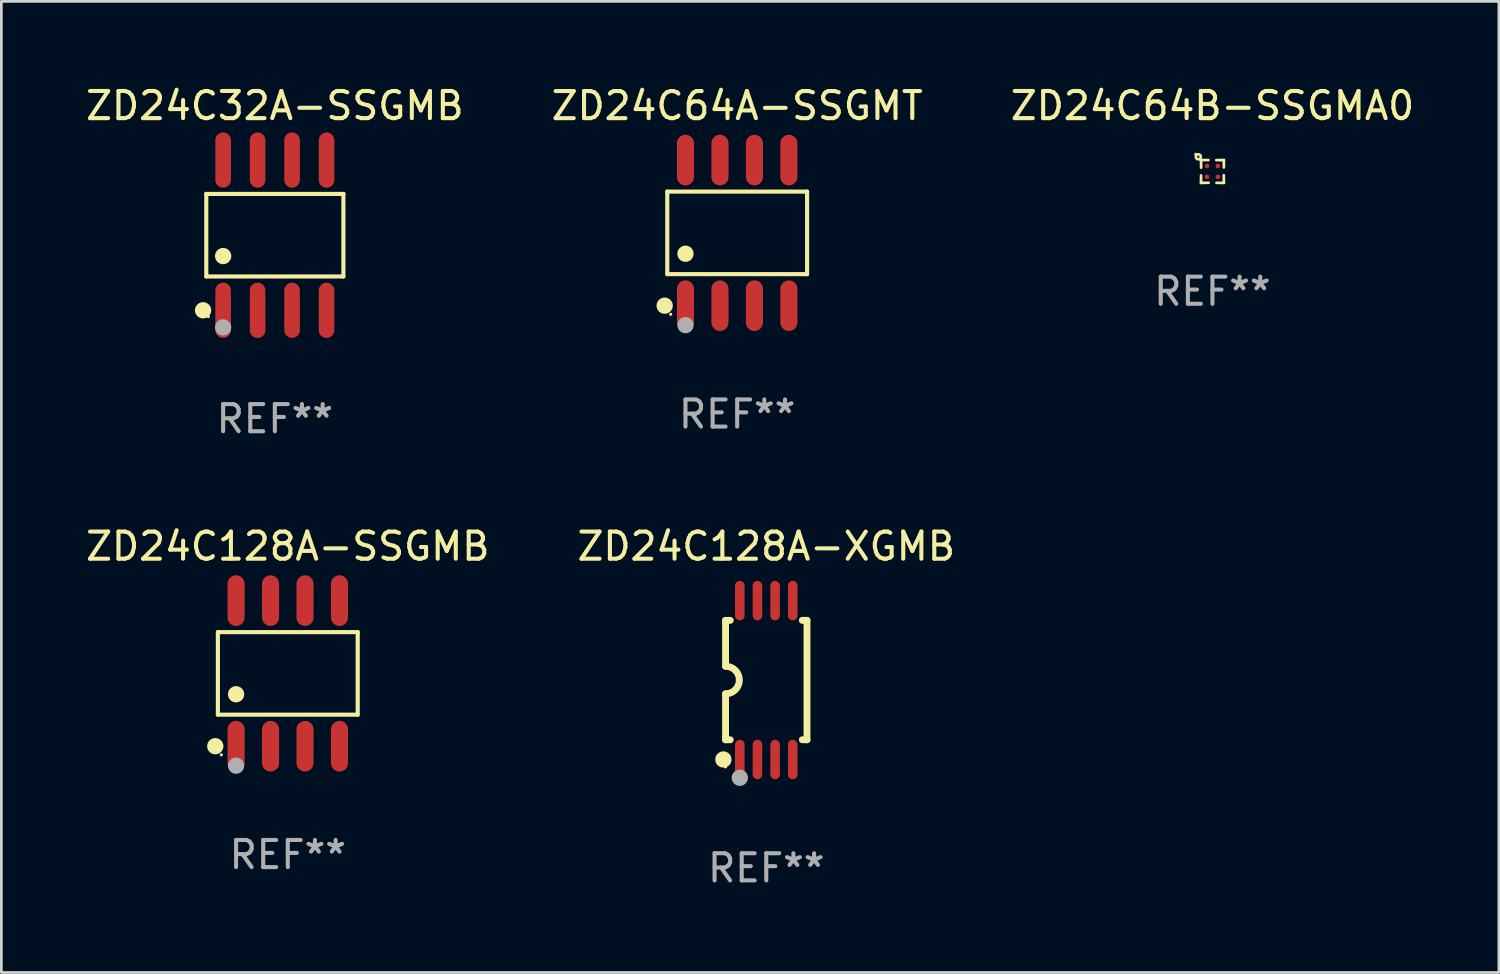
<source format=kicad_pcb>
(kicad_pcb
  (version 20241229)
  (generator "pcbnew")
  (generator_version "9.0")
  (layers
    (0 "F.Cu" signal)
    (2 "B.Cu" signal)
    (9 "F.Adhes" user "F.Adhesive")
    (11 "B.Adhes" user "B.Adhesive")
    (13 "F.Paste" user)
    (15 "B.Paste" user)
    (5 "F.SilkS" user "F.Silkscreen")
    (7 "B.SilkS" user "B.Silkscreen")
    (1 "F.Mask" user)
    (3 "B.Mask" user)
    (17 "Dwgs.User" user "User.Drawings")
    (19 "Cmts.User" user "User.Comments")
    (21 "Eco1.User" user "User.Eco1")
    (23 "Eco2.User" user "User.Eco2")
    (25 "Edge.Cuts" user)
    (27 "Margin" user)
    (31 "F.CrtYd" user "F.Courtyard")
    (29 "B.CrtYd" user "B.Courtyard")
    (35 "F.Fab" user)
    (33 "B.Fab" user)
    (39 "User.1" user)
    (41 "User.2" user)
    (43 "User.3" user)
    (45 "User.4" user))
  (footprint "ZD24C64B-SSGMA0"
    (layer "F.Cu")
    (at 41.625 3.268)
    (property "Reference" "ZD24C64B-SSGMA0" (at 0 -2.42 0) (layer "F.SilkS") (effects (font (size 1 1) (thickness 0.15))))
    (attr through_hole)
    (fp_line (start -0.42 0.148) (end -0.42 0.42) (stroke (width 0.1) (type solid)) (layer "F.SilkS"))
    (fp_line (start -0.42 0.42) (end -0.42 0.42) (stroke (width 0.1) (type solid)) (layer "F.SilkS"))
    (fp_line (start -0.42 0.42) (end -0.141 0.417) (stroke (width 0.1) (type solid)) (layer "F.SilkS"))
    (fp_line (start -0.42 -0.42) (end -0.42 -0.42) (stroke (width 0.1) (type solid)) (layer "F.SilkS"))
    (fp_line (start -0.42 -0.42) (end -0.417 -0.141) (stroke (width 0.1) (type solid)) (layer "F.SilkS"))
    (fp_line (start -0.148 -0.42) (end -0.42 -0.42) (stroke (width 0.1) (type solid)) (layer "F.SilkS"))
    (fp_line (start 0.148 0.42) (end 0.42 0.42) (stroke (width 0.1) (type solid)) (layer "F.SilkS"))
    (fp_line (start 0.42 0.42) (end 0.417 0.141) (stroke (width 0.1) (type solid)) (layer "F.SilkS"))
    (fp_line (start 0.42 0.42) (end 0.42 0.42) (stroke (width 0.1) (type solid)) (layer "F.SilkS"))
    (fp_line (start 0.42 -0.42) (end 0.141 -0.417) (stroke (width 0.1) (type solid)) (layer "F.SilkS"))
    (fp_line (start 0.42 -0.42) (end 0.42 -0.42) (stroke (width 0.1) (type solid)) (layer "F.SilkS"))
    (fp_line (start 0.42 -0.148) (end 0.42 -0.42) (stroke (width 0.1) (type solid)) (layer "F.SilkS"))
    (fp_circle (center -0.612 -0.632) (end -0.582 -0.632) (stroke (width 0.06) (type solid)) (fill no) (layer "F.SilkS"))
    (fp_circle (center -0.52 -0.54) (end -0.478 -0.54) (stroke (width 0.1) (type solid)) (fill no) (layer "F.SilkS"))
    (fp_text user "REF**" (at 0 4.42 0) (layer "F.Fab") (effects (font (size 1 1) (thickness 0.15))))
    (pad "A1" smd circle (at -0.2 -0.2) (size 0.17 0.17) (layers "F.Cu" "F.Mask" "F.Paste"))
    (pad "A2" smd circle (at 0.2 -0.2) (size 0.17 0.17) (layers "F.Cu" "F.Mask" "F.Paste"))
    (pad "B1" smd circle (at -0.2 0.2) (size 0.17 0.17) (layers "F.Cu" "F.Mask" "F.Paste"))
    (pad "B2" smd circle (at 0.2 0.2) (size 0.17 0.17) (layers "F.Cu" "F.Mask" "F.Paste")))
  (footprint "ZD24C32A-SSGMB"
    (layer "F.Cu")
    (at 7.077 5.616)
    (property "Reference" "ZD24C32A-SSGMB" (at 0 -4.768 0) (layer "F.SilkS") (effects (font (size 1 1) (thickness 0.15))))
    (attr through_hole)
    (fp_line (start -2.526 -1.521) (end 2.526 -1.521) (stroke (width 0.152) (type solid)) (layer "F.SilkS"))
    (fp_line (start -2.526 1.521) (end -2.526 -1.521) (stroke (width 0.152) (type solid)) (layer "F.SilkS"))
    (fp_line (start 2.526 -1.521) (end 2.526 1.521) (stroke (width 0.152) (type solid)) (layer "F.SilkS"))
    (fp_line (start 2.526 1.521) (end -2.526 1.521) (stroke (width 0.152) (type solid)) (layer "F.SilkS"))
    (fp_circle (center -2.644 2.768) (end -2.494 2.768) (stroke (width 0.3) (type solid)) (fill no) (layer "F.SilkS"))
    (fp_circle (center -2.45 2.998) (end -2.42 2.998) (stroke (width 0.06) (type solid)) (fill no) (layer "F.SilkS"))
    (fp_circle (center -1.905 0.769) (end -1.755 0.769) (stroke (width 0.3) (type solid)) (fill no) (layer "F.SilkS"))
    (fp_circle (center -1.905 3.398) (end -1.755 3.398) (stroke (width 0.3) (type solid)) (fill no) (layer "F.Fab"))
    (fp_text user "REF**" (at 0 6.768 0) (layer "F.Fab") (effects (font (size 1 1) (thickness 0.15))))
    (pad "1" smd oval (at -1.905 2.768) (size 0.574 2.036) (layers "F.Cu" "F.Mask" "F.Paste"))
    (pad "2" smd oval (at -0.635 2.768) (size 0.574 2.036) (layers "F.Cu" "F.Mask" "F.Paste"))
    (pad "3" smd oval (at 0.635 2.768) (size 0.574 2.036) (layers "F.Cu" "F.Mask" "F.Paste"))
    (pad "4" smd oval (at 1.905 2.768) (size 0.574 2.036) (layers "F.Cu" "F.Mask" "F.Paste"))
    (pad "5" smd oval (at 1.905 -2.768) (size 0.574 2.036) (layers "F.Cu" "F.Mask" "F.Paste"))
    (pad "6" smd oval (at 0.635 -2.768) (size 0.574 2.036) (layers "F.Cu" "F.Mask" "F.Paste"))
    (pad "7" smd oval (at -0.635 -2.768) (size 0.574 2.036) (layers "F.Cu" "F.Mask" "F.Paste"))
    (pad "8" smd oval (at -1.905 -2.768) (size 0.574 2.036) (layers "F.Cu" "F.Mask" "F.Paste")))
  (footprint "ZD24C128A-XGMB"
    (layer "F.Cu")
    (at 25.185 22.008)
    (property "Reference" "ZD24C128A-XGMB" (at 0 -4.927 0) (layer "F.SilkS") (effects (font (size 1 1) (thickness 0.15))))
    (attr through_hole)
    (fp_line (start -1.5 -2.2) (end -1.5 -0.508) (stroke (width 0.254) (type solid)) (layer "F.SilkS"))
    (fp_line (start -1.5 -2.2) (end -1.328 -2.2) (stroke (width 0.254) (type solid)) (layer "F.SilkS"))
    (fp_line (start -1.5 2.2) (end -1.5 0.508) (stroke (width 0.254) (type solid)) (layer "F.SilkS"))
    (fp_line (start -1.5 2.2) (end -1.328 2.2) (stroke (width 0.254) (type solid)) (layer "F.SilkS"))
    (fp_line (start 1.328 -2.2) (end 1.5 -2.2) (stroke (width 0.254) (type solid)) (layer "F.SilkS"))
    (fp_line (start 1.328 2.2) (end 1.5 2.2) (stroke (width 0.254) (type solid)) (layer "F.SilkS"))
    (fp_line (start 1.5 -2.2) (end 1.5 2.2) (stroke (width 0.254) (type solid)) (layer "F.SilkS"))
    (fp_arc (start -1.501144 -0.508) (mid -0.993143 -0.000571) (end -1.5 0.508001) (stroke (width 0.254001) (type solid)) (layer "F.SilkS"))
    (fp_circle (center -1.581 2.927) (end -1.431 2.927) (stroke (width 0.3) (type solid)) (fill no) (layer "F.SilkS"))
    (fp_circle (center -1.5 3.2) (end -1.47 3.2) (stroke (width 0.06) (type solid)) (fill no) (layer "F.SilkS"))
    (fp_circle (center -0.975 3.6) (end -0.825 3.6) (stroke (width 0.3) (type solid)) (fill no) (layer "F.Fab"))
    (fp_text user "REF**" (at 0 6.927 0) (layer "F.Fab") (effects (font (size 1 1) (thickness 0.15))))
    (pad "1" smd oval (at -0.975 2.927) (size 0.353 1.454) (layers "F.Cu" "F.Mask" "F.Paste"))
    (pad "2" smd oval (at -0.325 2.927) (size 0.353 1.454) (layers "F.Cu" "F.Mask" "F.Paste"))
    (pad "3" smd oval (at 0.325 2.927) (size 0.353 1.454) (layers "F.Cu" "F.Mask" "F.Paste"))
    (pad "4" smd oval (at 0.975 2.927) (size 0.353 1.454) (layers "F.Cu" "F.Mask" "F.Paste"))
    (pad "5" smd oval (at 0.975 -2.927) (size 0.353 1.454) (layers "F.Cu" "F.Mask" "F.Paste"))
    (pad "6" smd oval (at 0.325 -2.927) (size 0.353 1.454) (layers "F.Cu" "F.Mask" "F.Paste"))
    (pad "7" smd oval (at -0.325 -2.927) (size 0.353 1.454) (layers "F.Cu" "F.Mask" "F.Paste"))
    (pad "8" smd oval (at -0.975 -2.927) (size 0.353 1.454) (layers "F.Cu" "F.Mask" "F.Paste")))
  (footprint "ZD24C128A-SSGMB"
    (layer "F.Cu")
    (at 7.554 21.763)
    (property "Reference" "ZD24C128A-SSGMB" (at 0 -4.682 0) (layer "F.SilkS") (effects (font (size 1 1) (thickness 0.15))))
    (attr through_hole)
    (fp_line (start -2.576 -1.521) (end 2.576 -1.521) (stroke (width 0.152) (type solid)) (layer "F.SilkS"))
    (fp_line (start -2.576 1.521) (end -2.576 -1.521) (stroke (width 0.152) (type solid)) (layer "F.SilkS"))
    (fp_line (start 2.576 -1.521) (end 2.576 1.521) (stroke (width 0.152) (type solid)) (layer "F.SilkS"))
    (fp_line (start 2.576 1.521) (end -2.576 1.521) (stroke (width 0.152) (type solid)) (layer "F.SilkS"))
    (fp_circle (center -2.672 2.682) (end -2.522 2.682) (stroke (width 0.3) (type solid)) (fill no) (layer "F.SilkS"))
    (fp_circle (center -2.45 3) (end -2.42 3) (stroke (width 0.06) (type solid)) (fill no) (layer "F.SilkS"))
    (fp_circle (center -1.905 0.769) (end -1.755 0.769) (stroke (width 0.3) (type solid)) (fill no) (layer "F.SilkS"))
    (fp_circle (center -1.905 3.4) (end -1.755 3.4) (stroke (width 0.3) (type solid)) (fill no) (layer "F.Fab"))
    (fp_text user "REF**" (at 0 6.682 0) (layer "F.Fab") (effects (font (size 1 1) (thickness 0.15))))
    (pad "1" smd oval (at -1.905 2.682) (size 0.63 1.865) (layers "F.Cu" "F.Mask" "F.Paste"))
    (pad "2" smd oval (at -0.635 2.682) (size 0.63 1.865) (layers "F.Cu" "F.Mask" "F.Paste"))
    (pad "3" smd oval (at 0.635 2.682) (size 0.63 1.865) (layers "F.Cu" "F.Mask" "F.Paste"))
    (pad "4" smd oval (at 1.905 2.682) (size 0.63 1.865) (layers "F.Cu" "F.Mask" "F.Paste"))
    (pad "5" smd oval (at 1.905 -2.682) (size 0.63 1.865) (layers "F.Cu" "F.Mask" "F.Paste"))
    (pad "6" smd oval (at 0.635 -2.682) (size 0.63 1.865) (layers "F.Cu" "F.Mask" "F.Paste"))
    (pad "7" smd oval (at -0.635 -2.682) (size 0.63 1.865) (layers "F.Cu" "F.Mask" "F.Paste"))
    (pad "8" smd oval (at -1.905 -2.682) (size 0.63 1.865) (layers "F.Cu" "F.Mask" "F.Paste")))
  (footprint "ZD24C64A-SSGMT"
    (layer "F.Cu")
    (at 24.113 5.531)
    (property "Reference" "ZD24C64A-SSGMT" (at 0 -4.682 0) (layer "F.SilkS") (effects (font (size 1 1) (thickness 0.15))))
    (attr through_hole)
    (fp_line (start -2.576 -1.521) (end 2.576 -1.521) (stroke (width 0.152) (type solid)) (layer "F.SilkS"))
    (fp_line (start -2.576 1.521) (end -2.576 -1.521) (stroke (width 0.152) (type solid)) (layer "F.SilkS"))
    (fp_line (start 2.576 -1.521) (end 2.576 1.521) (stroke (width 0.152) (type solid)) (layer "F.SilkS"))
    (fp_line (start 2.576 1.521) (end -2.576 1.521) (stroke (width 0.152) (type solid)) (layer "F.SilkS"))
    (fp_circle (center -2.672 2.682) (end -2.522 2.682) (stroke (width 0.3) (type solid)) (fill no) (layer "F.SilkS"))
    (fp_circle (center -2.45 3) (end -2.42 3) (stroke (width 0.06) (type solid)) (fill no) (layer "F.SilkS"))
    (fp_circle (center -1.905 0.769) (end -1.755 0.769) (stroke (width 0.3) (type solid)) (fill no) (layer "F.SilkS"))
    (fp_circle (center -1.905 3.4) (end -1.755 3.4) (stroke (width 0.3) (type solid)) (fill no) (layer "F.Fab"))
    (fp_text user "REF**" (at 0 6.682 0) (layer "F.Fab") (effects (font (size 1 1) (thickness 0.15))))
    (pad "1" smd oval (at -1.905 2.682) (size 0.63 1.865) (layers "F.Cu" "F.Mask" "F.Paste"))
    (pad "2" smd oval (at -0.635 2.682) (size 0.63 1.865) (layers "F.Cu" "F.Mask" "F.Paste"))
    (pad "3" smd oval (at 0.635 2.682) (size 0.63 1.865) (layers "F.Cu" "F.Mask" "F.Paste"))
    (pad "4" smd oval (at 1.905 2.682) (size 0.63 1.865) (layers "F.Cu" "F.Mask" "F.Paste"))
    (pad "5" smd oval (at 1.905 -2.682) (size 0.63 1.865) (layers "F.Cu" "F.Mask" "F.Paste"))
    (pad "6" smd oval (at 0.635 -2.682) (size 0.63 1.865) (layers "F.Cu" "F.Mask" "F.Paste"))
    (pad "7" smd oval (at -0.635 -2.682) (size 0.63 1.865) (layers "F.Cu" "F.Mask" "F.Paste"))
    (pad "8" smd oval (at -1.905 -2.682) (size 0.63 1.865) (layers "F.Cu" "F.Mask" "F.Paste")))
  (gr_rect
    (start -3 -3)
    (end 52.179 32.783)
    (stroke (width 0.1) (type default))
    (fill no)
    (layer "Edge.Cuts")))
</source>
